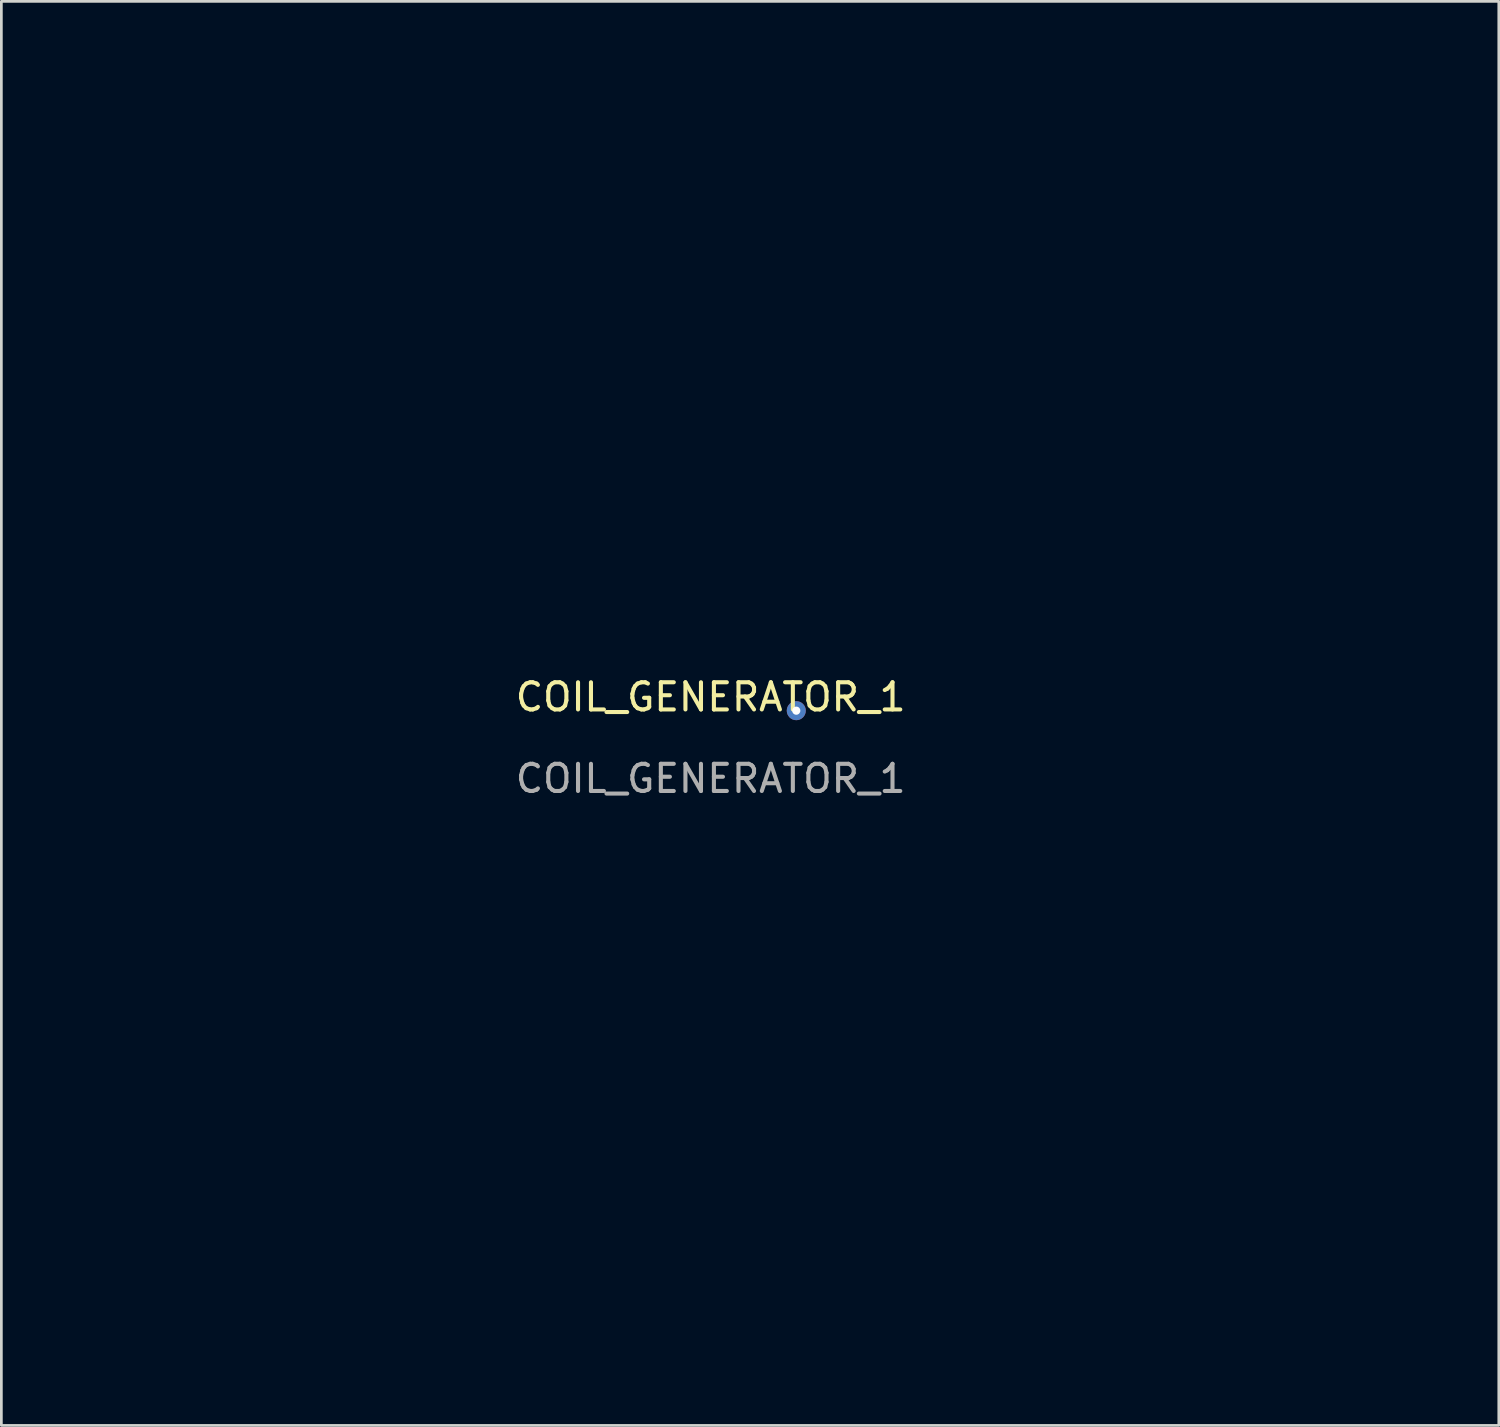
<source format=kicad_pcb>
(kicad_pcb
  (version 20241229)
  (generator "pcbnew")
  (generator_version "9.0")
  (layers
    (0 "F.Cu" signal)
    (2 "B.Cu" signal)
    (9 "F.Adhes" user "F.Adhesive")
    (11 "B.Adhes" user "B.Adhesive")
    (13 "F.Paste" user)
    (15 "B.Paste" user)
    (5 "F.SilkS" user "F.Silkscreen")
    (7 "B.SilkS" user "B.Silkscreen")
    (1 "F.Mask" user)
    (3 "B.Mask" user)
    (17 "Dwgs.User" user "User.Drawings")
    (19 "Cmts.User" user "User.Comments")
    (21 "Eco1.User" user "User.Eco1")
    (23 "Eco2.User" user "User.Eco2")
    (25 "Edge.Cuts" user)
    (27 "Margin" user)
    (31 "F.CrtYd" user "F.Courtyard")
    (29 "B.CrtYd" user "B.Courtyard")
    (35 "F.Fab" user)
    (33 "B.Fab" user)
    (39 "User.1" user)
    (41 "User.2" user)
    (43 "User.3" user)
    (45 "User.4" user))
  (footprint "COIL_GENERATOR_1"
    (layer "F.Cu")
    (at 23.1 23.1)
    (property "Reference" "COIL_GENERATOR_1" (at 0 -0.5 0) (unlocked yes) (layer "F.SilkS") (effects (font (size 1 1) (thickness 0.15))))
    (attr smd)
    (fp_line (start 23.4 0) (end 23.9 -0.5) (stroke (width 0.2) (type solid)) (layer "In1.Cu"))
    (fp_line (start 23.9 -0.5) (end 24.9 -0.5) (stroke (width 0.2) (type solid)) (layer "In1.Cu"))
    (fp_arc (start -23 0) (mid 0 -23) (end 23 0) (stroke (width 0.2) (type solid)) (layer "In1.Cu"))
    (fp_arc (start -22.6 0) (mid 0 -22.6) (end 22.6 0) (stroke (width 0.2) (type solid)) (layer "In1.Cu"))
    (fp_arc (start -22.2 0) (mid 0 -22.2) (end 22.2 0) (stroke (width 0.2) (type solid)) (layer "In1.Cu"))
    (fp_arc (start -21.8 0) (mid 0 -21.8) (end 21.8 0) (stroke (width 0.2) (type solid)) (layer "In1.Cu"))
    (fp_arc (start -21.4 0) (mid 0 -21.4) (end 21.4 0) (stroke (width 0.2) (type solid)) (layer "In1.Cu"))
    (fp_arc (start -21 0) (mid 0 -21) (end 21 0) (stroke (width 0.2) (type solid)) (layer "In1.Cu"))
    (fp_arc (start -20.6 0) (mid 0 -20.6) (end 20.6 0) (stroke (width 0.2) (type solid)) (layer "In1.Cu"))
    (fp_arc (start -20.2 0) (mid 0 -20.2) (end 20.2 0) (stroke (width 0.2) (type solid)) (layer "In1.Cu"))
    (fp_arc (start -19.8 0) (mid 0 -19.8) (end 19.8 0) (stroke (width 0.2) (type solid)) (layer "In1.Cu"))
    (fp_arc (start -19.4 0) (mid 0 -19.4) (end 19.4 0) (stroke (width 0.2) (type solid)) (layer "In1.Cu"))
    (fp_arc (start -19 0) (mid 0 -19) (end 19 0) (stroke (width 0.2) (type solid)) (layer "In1.Cu"))
    (fp_arc (start -18.6 0) (mid 0 -18.6) (end 18.6 0) (stroke (width 0.2) (type solid)) (layer "In1.Cu"))
    (fp_arc (start -18.2 0) (mid 0 -18.2) (end 18.2 0) (stroke (width 0.2) (type solid)) (layer "In1.Cu"))
    (fp_arc (start -17.8 0) (mid 0 -17.8) (end 17.8 0) (stroke (width 0.2) (type solid)) (layer "In1.Cu"))
    (fp_arc (start -17.4 0) (mid 0 -17.4) (end 17.4 0) (stroke (width 0.2) (type solid)) (layer "In1.Cu"))
    (fp_arc (start -17 0) (mid 0 -17) (end 17 0) (stroke (width 0.2) (type solid)) (layer "In1.Cu"))
    (fp_arc (start -16.6 0) (mid 0 -16.6) (end 16.6 0) (stroke (width 0.2) (type solid)) (layer "In1.Cu"))
    (fp_arc (start -16.2 0) (mid 0 -16.2) (end 16.2 0) (stroke (width 0.2) (type solid)) (layer "In1.Cu"))
    (fp_arc (start -15.8 0) (mid 0 -15.8) (end 15.8 0) (stroke (width 0.2) (type solid)) (layer "In1.Cu"))
    (fp_arc (start -15.4 0) (mid 0 -15.4) (end 15.4 0) (stroke (width 0.2) (type solid)) (layer "In1.Cu"))
    (fp_arc (start -15 0) (mid 0 -15) (end 15 0) (stroke (width 0.2) (type solid)) (layer "In1.Cu"))
    (fp_arc (start -14.6 0) (mid 0 -14.6) (end 14.6 0) (stroke (width 0.2) (type solid)) (layer "In1.Cu"))
    (fp_arc (start -14.2 0) (mid 0 -14.2) (end 14.2 0) (stroke (width 0.2) (type solid)) (layer "In1.Cu"))
    (fp_arc (start -13.8 0) (mid 0 -13.8) (end 13.8 0) (stroke (width 0.2) (type solid)) (layer "In1.Cu"))
    (fp_arc (start -13.4 0) (mid 0 -13.4) (end 13.4 0) (stroke (width 0.2) (type solid)) (layer "In1.Cu"))
    (fp_arc (start -13 0) (mid 0 -13) (end 13 0) (stroke (width 0.2) (type solid)) (layer "In1.Cu"))
    (fp_arc (start -12.6 0) (mid 0 -12.6) (end 12.6 0) (stroke (width 0.2) (type solid)) (layer "In1.Cu"))
    (fp_arc (start -12.2 0) (mid 0 -12.2) (end 12.2 0) (stroke (width 0.2) (type solid)) (layer "In1.Cu"))
    (fp_arc (start -11.8 0) (mid 0 -11.8) (end 11.8 0) (stroke (width 0.2) (type solid)) (layer "In1.Cu"))
    (fp_arc (start -11.4 0) (mid 0 -11.4) (end 11.4 0) (stroke (width 0.2) (type solid)) (layer "In1.Cu"))
    (fp_arc (start -11 0) (mid 0 -11) (end 11 0) (stroke (width 0.2) (type solid)) (layer "In1.Cu"))
    (fp_arc (start -10.6 0) (mid 0 -10.6) (end 10.6 0) (stroke (width 0.2) (type solid)) (layer "In1.Cu"))
    (fp_arc (start -10.2 0) (mid 0 -10.2) (end 10.2 0) (stroke (width 0.2) (type solid)) (layer "In1.Cu"))
    (fp_arc (start -9.8 0) (mid 0 -9.8) (end 9.8 0) (stroke (width 0.2) (type solid)) (layer "In1.Cu"))
    (fp_arc (start -9.4 0) (mid 0 -9.4) (end 9.4 0) (stroke (width 0.2) (type solid)) (layer "In1.Cu"))
    (fp_arc (start -9 0) (mid 0 -9) (end 9 0) (stroke (width 0.2) (type solid)) (layer "In1.Cu"))
    (fp_arc (start -8.6 0) (mid 0 -8.6) (end 8.6 0) (stroke (width 0.2) (type solid)) (layer "In1.Cu"))
    (fp_arc (start -8.2 0) (mid 0 -8.2) (end 8.2 0) (stroke (width 0.2) (type solid)) (layer "In1.Cu"))
    (fp_arc (start -7.8 0) (mid 0 -7.8) (end 7.8 0) (stroke (width 0.2) (type solid)) (layer "In1.Cu"))
    (fp_arc (start -7.4 0) (mid 0 -7.4) (end 7.4 0) (stroke (width 0.2) (type solid)) (layer "In1.Cu"))
    (fp_arc (start -7 0) (mid 0 -7) (end 7 0) (stroke (width 0.2) (type solid)) (layer "In1.Cu"))
    (fp_arc (start -6.6 0) (mid 0 -6.6) (end 6.6 0) (stroke (width 0.2) (type solid)) (layer "In1.Cu"))
    (fp_arc (start -6.2 0) (mid 0 -6.2) (end 6.2 0) (stroke (width 0.2) (type solid)) (layer "In1.Cu"))
    (fp_arc (start -5.8 0) (mid 0 -5.8) (end 5.8 0) (stroke (width 0.2) (type solid)) (layer "In1.Cu"))
    (fp_arc (start -5.4 0) (mid 0 -5.4) (end 5.4 0) (stroke (width 0.2) (type solid)) (layer "In1.Cu"))
    (fp_arc (start -5 0) (mid 0 -5) (end 5 0) (stroke (width 0.2) (type solid)) (layer "In1.Cu"))
    (fp_arc (start -4.6 0) (mid 0 -4.6) (end 4.6 0) (stroke (width 0.2) (type solid)) (layer "In1.Cu"))
    (fp_arc (start -4.2 0) (mid 0 -4.2) (end 4.2 0) (stroke (width 0.2) (type solid)) (layer "In1.Cu"))
    (fp_arc (start -3.8 0) (mid 0 -3.8) (end 3.8 0) (stroke (width 0.2) (type solid)) (layer "In1.Cu"))
    (fp_arc (start -3.4 0) (mid 0 -3.4) (end 3.4 0) (stroke (width 0.2) (type solid)) (layer "In1.Cu"))
    (fp_arc (start 3.8 0) (mid 0 3.6) (end -3.4 0) (stroke (width 0.2) (type solid)) (layer "In1.Cu"))
    (fp_arc (start 4.2 0) (mid 0 4) (end -3.8 0) (stroke (width 0.2) (type solid)) (layer "In1.Cu"))
    (fp_arc (start 4.6 0) (mid 0 4.4) (end -4.2 0) (stroke (width 0.2) (type solid)) (layer "In1.Cu"))
    (fp_arc (start 5 0) (mid 0 4.8) (end -4.6 0) (stroke (width 0.2) (type solid)) (layer "In1.Cu"))
    (fp_arc (start 5.4 0) (mid 0 5.2) (end -5 0) (stroke (width 0.2) (type solid)) (layer "In1.Cu"))
    (fp_arc (start 5.8 0) (mid 0 5.6) (end -5.4 0) (stroke (width 0.2) (type solid)) (layer "In1.Cu"))
    (fp_arc (start 6.2 0) (mid 0 6) (end -5.8 0) (stroke (width 0.2) (type solid)) (layer "In1.Cu"))
    (fp_arc (start 6.6 0) (mid 0 6.4) (end -6.2 0) (stroke (width 0.2) (type solid)) (layer "In1.Cu"))
    (fp_arc (start 7 0) (mid 0 6.8) (end -6.6 0) (stroke (width 0.2) (type solid)) (layer "In1.Cu"))
    (fp_arc (start 7.4 0) (mid 0 7.2) (end -7 0) (stroke (width 0.2) (type solid)) (layer "In1.Cu"))
    (fp_arc (start 7.8 0) (mid 0 7.6) (end -7.4 0) (stroke (width 0.2) (type solid)) (layer "In1.Cu"))
    (fp_arc (start 8.2 0) (mid 0 8) (end -7.8 0) (stroke (width 0.2) (type solid)) (layer "In1.Cu"))
    (fp_arc (start 8.6 0) (mid 0 8.4) (end -8.2 0) (stroke (width 0.2) (type solid)) (layer "In1.Cu"))
    (fp_arc (start 9 0) (mid 0 8.8) (end -8.6 0) (stroke (width 0.2) (type solid)) (layer "In1.Cu"))
    (fp_arc (start 9.4 0) (mid 0 9.2) (end -9 0) (stroke (width 0.2) (type solid)) (layer "In1.Cu"))
    (fp_arc (start 9.8 0) (mid 0 9.6) (end -9.4 0) (stroke (width 0.2) (type solid)) (layer "In1.Cu"))
    (fp_arc (start 10.2 0) (mid 0 10) (end -9.8 0) (stroke (width 0.2) (type solid)) (layer "In1.Cu"))
    (fp_arc (start 10.6 0) (mid 0 10.4) (end -10.2 0) (stroke (width 0.2) (type solid)) (layer "In1.Cu"))
    (fp_arc (start 11 0) (mid 0 10.8) (end -10.6 0) (stroke (width 0.2) (type solid)) (layer "In1.Cu"))
    (fp_arc (start 11.4 0) (mid 0 11.2) (end -11 0) (stroke (width 0.2) (type solid)) (layer "In1.Cu"))
    (fp_arc (start 11.8 0) (mid 0 11.6) (end -11.4 0) (stroke (width 0.2) (type solid)) (layer "In1.Cu"))
    (fp_arc (start 12.2 0) (mid 0 12) (end -11.8 0) (stroke (width 0.2) (type solid)) (layer "In1.Cu"))
    (fp_arc (start 12.6 0) (mid 0 12.4) (end -12.2 0) (stroke (width 0.2) (type solid)) (layer "In1.Cu"))
    (fp_arc (start 13 0) (mid 0 12.8) (end -12.6 0) (stroke (width 0.2) (type solid)) (layer "In1.Cu"))
    (fp_arc (start 13.4 0) (mid 0 13.2) (end -13 0) (stroke (width 0.2) (type solid)) (layer "In1.Cu"))
    (fp_arc (start 13.8 0) (mid 0 13.6) (end -13.4 0) (stroke (width 0.2) (type solid)) (layer "In1.Cu"))
    (fp_arc (start 14.2 0) (mid 0 14) (end -13.8 0) (stroke (width 0.2) (type solid)) (layer "In1.Cu"))
    (fp_arc (start 14.6 0) (mid 0 14.4) (end -14.2 0) (stroke (width 0.2) (type solid)) (layer "In1.Cu"))
    (fp_arc (start 15 0) (mid 0 14.8) (end -14.6 0) (stroke (width 0.2) (type solid)) (layer "In1.Cu"))
    (fp_arc (start 15.4 0) (mid 0 15.2) (end -15 0) (stroke (width 0.2) (type solid)) (layer "In1.Cu"))
    (fp_arc (start 15.8 0) (mid 0 15.6) (end -15.4 0) (stroke (width 0.2) (type solid)) (layer "In1.Cu"))
    (fp_arc (start 16.2 0) (mid 0 16) (end -15.8 0) (stroke (width 0.2) (type solid)) (layer "In1.Cu"))
    (fp_arc (start 16.6 0) (mid 0 16.4) (end -16.2 0) (stroke (width 0.2) (type solid)) (layer "In1.Cu"))
    (fp_arc (start 17 0) (mid 0 16.8) (end -16.6 0) (stroke (width 0.2) (type solid)) (layer "In1.Cu"))
    (fp_arc (start 17.4 0) (mid 0 17.2) (end -17 0) (stroke (width 0.2) (type solid)) (layer "In1.Cu"))
    (fp_arc (start 17.8 0) (mid 0 17.6) (end -17.4 0) (stroke (width 0.2) (type solid)) (layer "In1.Cu"))
    (fp_arc (start 18.2 0) (mid 0 18) (end -17.8 0) (stroke (width 0.2) (type solid)) (layer "In1.Cu"))
    (fp_arc (start 18.6 0) (mid 0 18.4) (end -18.2 0) (stroke (width 0.2) (type solid)) (layer "In1.Cu"))
    (fp_arc (start 19 0) (mid 0 18.8) (end -18.6 0) (stroke (width 0.2) (type solid)) (layer "In1.Cu"))
    (fp_arc (start 19.4 0) (mid 0 19.2) (end -19 0) (stroke (width 0.2) (type solid)) (layer "In1.Cu"))
    (fp_arc (start 19.8 0) (mid 0 19.6) (end -19.4 0) (stroke (width 0.2) (type solid)) (layer "In1.Cu"))
    (fp_arc (start 20.2 0) (mid 0 20) (end -19.8 0) (stroke (width 0.2) (type solid)) (layer "In1.Cu"))
    (fp_arc (start 20.6 0) (mid 0 20.4) (end -20.2 0) (stroke (width 0.2) (type solid)) (layer "In1.Cu"))
    (fp_arc (start 21 0) (mid 0 20.8) (end -20.6 0) (stroke (width 0.2) (type solid)) (layer "In1.Cu"))
    (fp_arc (start 21.4 0) (mid 0 21.2) (end -21 0) (stroke (width 0.2) (type solid)) (layer "In1.Cu"))
    (fp_arc (start 21.8 0) (mid 0 21.6) (end -21.4 0) (stroke (width 0.2) (type solid)) (layer "In1.Cu"))
    (fp_arc (start 22.2 0) (mid 0 22) (end -21.8 0) (stroke (width 0.2) (type solid)) (layer "In1.Cu"))
    (fp_arc (start 22.6 0) (mid 0 22.4) (end -22.2 0) (stroke (width 0.2) (type solid)) (layer "In1.Cu"))
    (fp_arc (start 23 0) (mid 0 22.8) (end -22.6 0) (stroke (width 0.2) (type solid)) (layer "In1.Cu"))
    (fp_arc (start 23.4 0) (mid 0 23.2) (end -23 0) (stroke (width 0.2) (type solid)) (layer "In1.Cu"))
    (fp_text user "${REFERENCE}" (at 0 2.5 0) (unlocked yes) (layer "F.Fab") (effects (font (size 1 1) (thickness 0.15))))
    (pad "" thru_hole circle (at 3.15 0) (size 0.7 0.7) (drill 0.3) (layers "*.Cu" "*.Mask"))
    (pad "1" smd roundrect (at 25.4 -0.5) (size 1.2 0.2) (layers "In1.Cu") (roundrect_rratio 0.25)))
  (gr_rect
    (start -3 -3)
    (end 52.1 49.401)
    (stroke (width 0.1) (type default))
    (fill no)
    (layer "Edge.Cuts")))
</source>
